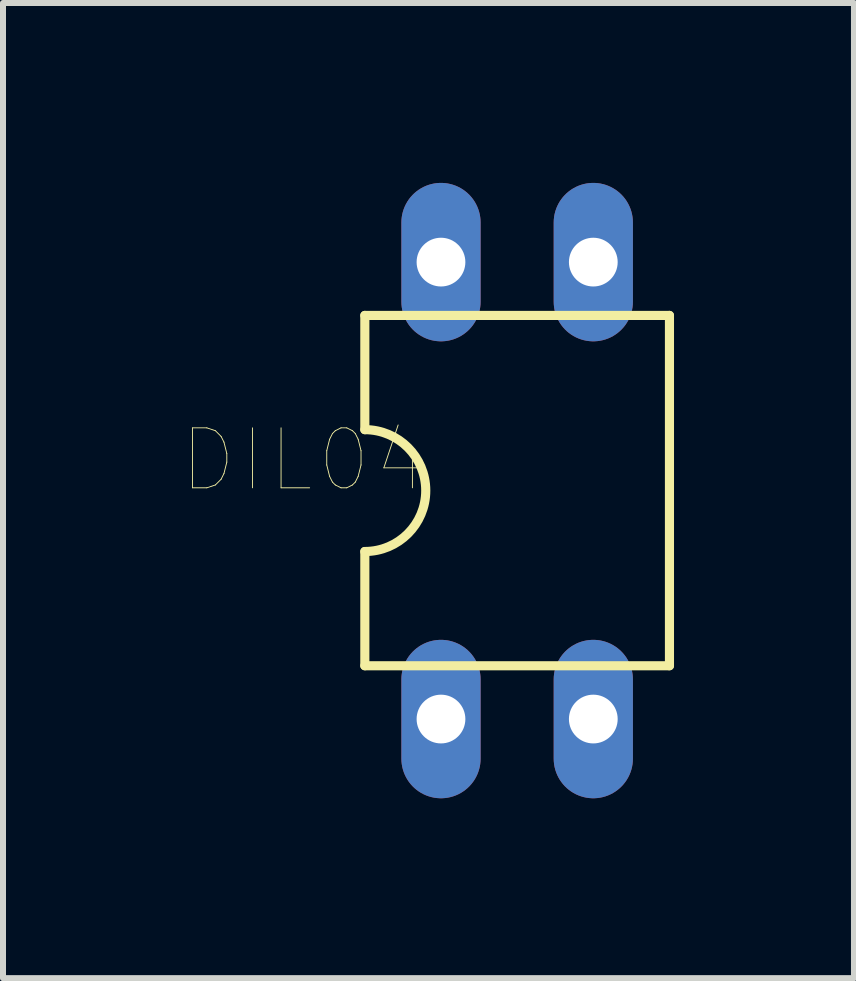
<source format=kicad_pcb>
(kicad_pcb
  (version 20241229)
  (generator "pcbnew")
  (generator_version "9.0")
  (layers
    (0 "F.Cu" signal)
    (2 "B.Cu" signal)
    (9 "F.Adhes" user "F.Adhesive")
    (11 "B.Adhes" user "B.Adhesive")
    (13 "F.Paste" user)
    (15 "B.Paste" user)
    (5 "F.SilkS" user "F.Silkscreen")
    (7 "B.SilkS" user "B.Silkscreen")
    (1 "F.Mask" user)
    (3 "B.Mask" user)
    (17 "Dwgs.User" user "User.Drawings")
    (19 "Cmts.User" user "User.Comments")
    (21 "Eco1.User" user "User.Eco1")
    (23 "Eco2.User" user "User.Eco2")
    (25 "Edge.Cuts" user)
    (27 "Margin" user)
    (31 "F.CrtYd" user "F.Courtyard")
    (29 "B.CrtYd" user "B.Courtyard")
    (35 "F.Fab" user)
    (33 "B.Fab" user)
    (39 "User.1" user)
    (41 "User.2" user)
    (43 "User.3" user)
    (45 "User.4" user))
  (footprint "DIL04"
    (layer "F.Cu")
    (at 5.574 5.131)
    (property "Reference" "DIL04" (at -3.556 -0.508 180) (layer "F.SilkS") (effects (font (size 1 1) (thickness 0.015))))
    (attr through_hole)
    (fp_line (start -2.54 -2.921) (end -2.54 -1.016) (stroke (width 0.152) (type solid)) (layer "F.SilkS"))
    (fp_line (start -2.54 2.921) (end -2.54 1.016) (stroke (width 0.152) (type solid)) (layer "F.SilkS"))
    (fp_line (start -2.54 2.921) (end 2.54 2.921) (stroke (width 0.152) (type solid)) (layer "F.SilkS"))
    (fp_line (start 2.54 -2.921) (end -2.54 -2.921) (stroke (width 0.152) (type solid)) (layer "F.SilkS"))
    (fp_line (start 2.54 -2.921) (end 2.54 2.921) (stroke (width 0.152) (type solid)) (layer "F.SilkS"))
    (fp_arc (start -2.54 -1.016) (mid -1.524 0) (end -2.54 1.016) (stroke (width 0.1524) (type solid)) (layer "F.SilkS"))
    (pad "1" thru_hole oval (at -1.27 3.81) (size 1.321 2.642) (drill 0.813) (layers "*.Cu" "*.Mask"))
    (pad "2" thru_hole oval (at 1.27 3.81) (size 1.321 2.642) (drill 0.813) (layers "*.Cu" "*.Mask"))
    (pad "3" thru_hole oval (at 1.27 -3.81) (size 1.321 2.642) (drill 0.813) (layers "*.Cu" "*.Mask"))
    (pad "4" thru_hole oval (at -1.27 -3.81) (size 1.321 2.642) (drill 0.813) (layers "*.Cu" "*.Mask")))
  (gr_rect
    (start -3 -3)
    (end 11.191 13.262)
    (stroke (width 0.1) (type default))
    (fill no)
    (layer "Edge.Cuts")))
</source>
